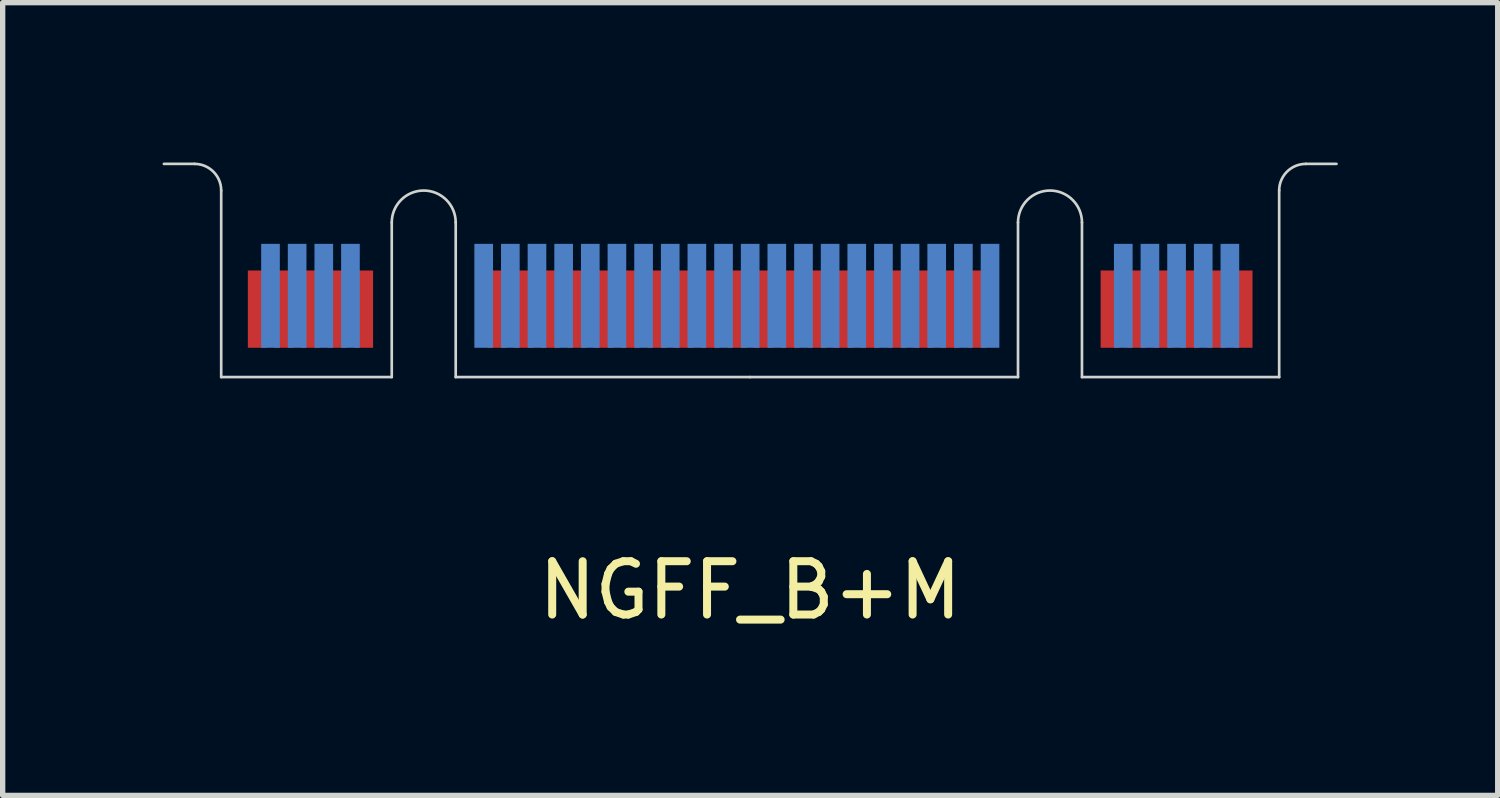
<source format=kicad_pcb>
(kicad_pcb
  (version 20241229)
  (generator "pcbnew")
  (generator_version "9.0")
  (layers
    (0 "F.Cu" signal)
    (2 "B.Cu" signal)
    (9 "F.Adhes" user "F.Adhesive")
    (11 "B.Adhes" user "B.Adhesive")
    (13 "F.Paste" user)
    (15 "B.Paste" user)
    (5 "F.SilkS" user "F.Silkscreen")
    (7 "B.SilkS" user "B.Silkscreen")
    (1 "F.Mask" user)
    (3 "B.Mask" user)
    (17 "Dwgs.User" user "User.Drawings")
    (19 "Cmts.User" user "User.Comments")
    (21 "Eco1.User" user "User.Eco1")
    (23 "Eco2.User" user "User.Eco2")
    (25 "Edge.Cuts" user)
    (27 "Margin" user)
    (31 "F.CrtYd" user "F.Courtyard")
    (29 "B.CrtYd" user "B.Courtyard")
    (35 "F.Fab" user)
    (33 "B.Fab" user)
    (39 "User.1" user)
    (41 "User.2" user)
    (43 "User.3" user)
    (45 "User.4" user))
  (footprint "NGFF_B+M"
    (layer "F.Cu")
    (at 11.025 4.025)
    (property "Reference" "NGFF_B+M" (at 0 4 0) (layer "F.SilkS") (effects (font (size 1 1) (thickness 0.15))))
    (attr through_hole)
    (fp_poly (pts (xy -9.925 0) (xy -6.725 0) (xy -6.725 -2) (xy -9.925 -2)) (stroke (width 0.1) (type solid)) (fill yes) (layer "F.Mask"))
    (fp_poly (pts (xy -5.525 0) (xy 5.025 0) (xy 5.025 -2) (xy -5.525 -2)) (stroke (width 0.1) (type solid)) (fill yes) (layer "F.Mask"))
    (fp_poly (pts (xy 6.225 0) (xy 9.925 0) (xy 9.925 -2) (xy 6.225 -2)) (stroke (width 0.1) (type solid)) (fill yes) (layer "F.Mask"))
    (fp_poly (pts (xy -9.925 0) (xy -6.725 0) (xy -6.725 -2.5) (xy -9.925 -2.5)) (stroke (width 0.1) (type solid)) (fill yes) (layer "B.Mask"))
    (fp_poly (pts (xy -5.525 0) (xy 5.025 0) (xy 5.025 -2.5) (xy -5.525 -2.5)) (stroke (width 0.1) (type solid)) (fill yes) (layer "B.Mask"))
    (fp_poly (pts (xy 6.225 0) (xy 9.925 0) (xy 9.925 -2.5) (xy 6.225 -2.5)) (stroke (width 0.1) (type solid)) (fill yes) (layer "B.Mask"))
    (fp_line (start -11 -4) (end -10.425 -4) (stroke (width 0.05) (type solid)) (layer "Edge.Cuts"))
    (fp_line (start -9.925 -3.5) (end -9.925 0) (stroke (width 0.05) (type solid)) (layer "Edge.Cuts"))
    (fp_line (start -9.925 0) (end -6.725 0) (stroke (width 0.05) (type solid)) (layer "Edge.Cuts"))
    (fp_line (start -6.725 0) (end -6.725 -2.9) (stroke (width 0.05) (type solid)) (layer "Edge.Cuts"))
    (fp_line (start -5.525 -2.9) (end -5.525 0) (stroke (width 0.05) (type solid)) (layer "Edge.Cuts"))
    (fp_line (start -5.525 0) (end 0 0) (stroke (width 0.05) (type solid)) (layer "Edge.Cuts"))
    (fp_line (start 0 0) (end 5.025 0) (stroke (width 0.05) (type solid)) (layer "Edge.Cuts"))
    (fp_line (start 5.025 0) (end 5.025 -2.9) (stroke (width 0.05) (type solid)) (layer "Edge.Cuts"))
    (fp_line (start 6.225 -2.9) (end 6.225 0) (stroke (width 0.05) (type solid)) (layer "Edge.Cuts"))
    (fp_line (start 6.225 0) (end 9.925 0) (stroke (width 0.05) (type solid)) (layer "Edge.Cuts"))
    (fp_line (start 9.925 0) (end 9.925 -3.5) (stroke (width 0.05) (type solid)) (layer "Edge.Cuts"))
    (fp_line (start 10.425 -4) (end 11 -4) (stroke (width 0.05) (type solid)) (layer "Edge.Cuts"))
    (fp_arc (start -10.425 -4) (mid -10.071447 -3.853553) (end -9.925 -3.5) (stroke (width 0.05) (type solid)) (layer "Edge.Cuts"))
    (fp_arc (start -6.725 -2.9) (mid -6.125 -3.5) (end -5.525 -2.9) (stroke (width 0.05) (type solid)) (layer "Edge.Cuts"))
    (fp_arc (start 5.025 -2.9) (mid 5.625 -3.5) (end 6.225 -2.9) (stroke (width 0.05) (type solid)) (layer "Edge.Cuts"))
    (fp_arc (start 9.925 -3.5) (mid 10.071447 -3.853553) (end 10.425 -4) (stroke (width 0.05) (type solid)) (layer "Edge.Cuts"))
    (pad "1" smd rect (at 9.25 -1.275) (size 0.35 1.45) (layers "F.Cu"))
    (pad "2" smd rect (at 9 -1.525) (size 0.35 1.95) (layers "B.Cu"))
    (pad "3" smd rect (at 8.75 -1.275) (size 0.35 1.45) (layers "F.Cu"))
    (pad "4" smd rect (at 8.5 -1.525) (size 0.35 1.95) (layers "B.Cu"))
    (pad "5" smd rect (at 8.25 -1.275) (size 0.35 1.45) (layers "F.Cu"))
    (pad "6" smd rect (at 8 -1.525) (size 0.35 1.95) (layers "B.Cu"))
    (pad "7" smd rect (at 7.75 -1.275) (size 0.35 1.45) (layers "F.Cu"))
    (pad "8" smd rect (at 7.5 -1.525) (size 0.35 1.95) (layers "B.Cu"))
    (pad "9" smd rect (at 7.25 -1.275) (size 0.35 1.45) (layers "F.Cu"))
    (pad "10" smd rect (at 7 -1.525) (size 0.35 1.95) (layers "B.Cu"))
    (pad "11" smd rect (at 6.75 -1.275) (size 0.35 1.45) (layers "F.Cu"))
    (pad "20" smd rect (at 4.5 -1.525) (size 0.35 1.95) (layers "B.Cu"))
    (pad "21" smd rect (at 4.25 -1.275) (size 0.35 1.45) (layers "F.Cu"))
    (pad "22" smd rect (at 4 -1.525) (size 0.35 1.95) (layers "B.Cu"))
    (pad "23" smd rect (at 3.75 -1.275) (size 0.35 1.45) (layers "F.Cu"))
    (pad "24" smd rect (at 3.5 -1.525) (size 0.35 1.95) (layers "B.Cu"))
    (pad "25" smd rect (at 3.25 -1.275) (size 0.35 1.45) (layers "F.Cu"))
    (pad "26" smd rect (at 3 -1.525) (size 0.35 1.95) (layers "B.Cu"))
    (pad "27" smd rect (at 2.75 -1.275) (size 0.35 1.45) (layers "F.Cu"))
    (pad "28" smd rect (at 2.5 -1.525) (size 0.35 1.95) (layers "B.Cu"))
    (pad "29" smd rect (at 2.25 -1.275) (size 0.35 1.45) (layers "F.Cu"))
    (pad "30" smd rect (at 2 -1.525) (size 0.35 1.95) (layers "B.Cu"))
    (pad "31" smd rect (at 1.75 -1.275) (size 0.35 1.45) (layers "F.Cu"))
    (pad "32" smd rect (at 1.5 -1.525) (size 0.35 1.95) (layers "B.Cu"))
    (pad "33" smd rect (at 1.25 -1.275) (size 0.35 1.45) (layers "F.Cu"))
    (pad "34" smd rect (at 1 -1.525) (size 0.35 1.95) (layers "B.Cu"))
    (pad "35" smd rect (at 0.75 -1.275) (size 0.35 1.45) (layers "F.Cu"))
    (pad "36" smd rect (at 0.5 -1.525) (size 0.35 1.95) (layers "B.Cu"))
    (pad "37" smd rect (at 0.25 -1.275) (size 0.35 1.45) (layers "F.Cu"))
    (pad "38" smd rect (at 0 -1.525) (size 0.35 1.95) (layers "B.Cu"))
    (pad "39" smd rect (at -0.25 -1.275) (size 0.35 1.45) (layers "F.Cu"))
    (pad "40" smd rect (at -0.5 -1.525) (size 0.35 1.95) (layers "B.Cu"))
    (pad "41" smd rect (at -0.75 -1.275) (size 0.35 1.45) (layers "F.Cu"))
    (pad "42" smd rect (at -1 -1.525) (size 0.35 1.95) (layers "B.Cu"))
    (pad "43" smd rect (at -1.25 -1.275) (size 0.35 1.45) (layers "F.Cu"))
    (pad "44" smd rect (at -1.5 -1.525) (size 0.35 1.95) (layers "B.Cu"))
    (pad "45" smd rect (at -1.75 -1.275) (size 0.35 1.45) (layers "F.Cu"))
    (pad "46" smd rect (at -2 -1.525) (size 0.35 1.95) (layers "B.Cu"))
    (pad "47" smd rect (at -2.25 -1.275) (size 0.35 1.45) (layers "F.Cu"))
    (pad "48" smd rect (at -2.5 -1.525) (size 0.35 1.95) (layers "B.Cu"))
    (pad "49" smd rect (at -2.75 -1.275) (size 0.35 1.45) (layers "F.Cu"))
    (pad "50" smd rect (at -3 -1.525) (size 0.35 1.95) (layers "B.Cu"))
    (pad "51" smd rect (at -3.25 -1.275) (size 0.35 1.45) (layers "F.Cu"))
    (pad "52" smd rect (at -3.5 -1.525) (size 0.35 1.95) (layers "B.Cu"))
    (pad "53" smd rect (at -3.75 -1.275) (size 0.35 1.45) (layers "F.Cu"))
    (pad "54" smd rect (at -4 -1.525) (size 0.35 1.95) (layers "B.Cu"))
    (pad "55" smd rect (at -4.25 -1.275) (size 0.35 1.45) (layers "F.Cu"))
    (pad "56" smd rect (at -4.5 -1.525) (size 0.35 1.95) (layers "B.Cu"))
    (pad "57" smd rect (at -4.75 -1.275) (size 0.35 1.45) (layers "F.Cu"))
    (pad "58" smd rect (at -5 -1.525) (size 0.35 1.95) (layers "B.Cu"))
    (pad "67" smd rect (at -7.25 -1.275) (size 0.35 1.45) (layers "F.Cu"))
    (pad "68" smd rect (at -7.5 -1.525) (size 0.35 1.95) (layers "B.Cu"))
    (pad "69" smd rect (at -7.75 -1.275) (size 0.35 1.45) (layers "F.Cu"))
    (pad "70" smd rect (at -8 -1.525) (size 0.35 1.95) (layers "B.Cu"))
    (pad "71" smd rect (at -8.25 -1.275) (size 0.35 1.45) (layers "F.Cu"))
    (pad "72" smd rect (at -8.5 -1.525) (size 0.35 1.95) (layers "B.Cu"))
    (pad "73" smd rect (at -8.75 -1.275) (size 0.35 1.45) (layers "F.Cu"))
    (pad "74" smd rect (at -9 -1.525) (size 0.35 1.95) (layers "B.Cu"))
    (pad "75" smd rect (at -9.25 -1.275) (size 0.35 1.45) (layers "F.Cu")))
  (gr_rect
    (start -3 -3)
    (end 25.05 11.873)
    (stroke (width 0.1) (type default))
    (fill no)
    (layer "Edge.Cuts")))
</source>
